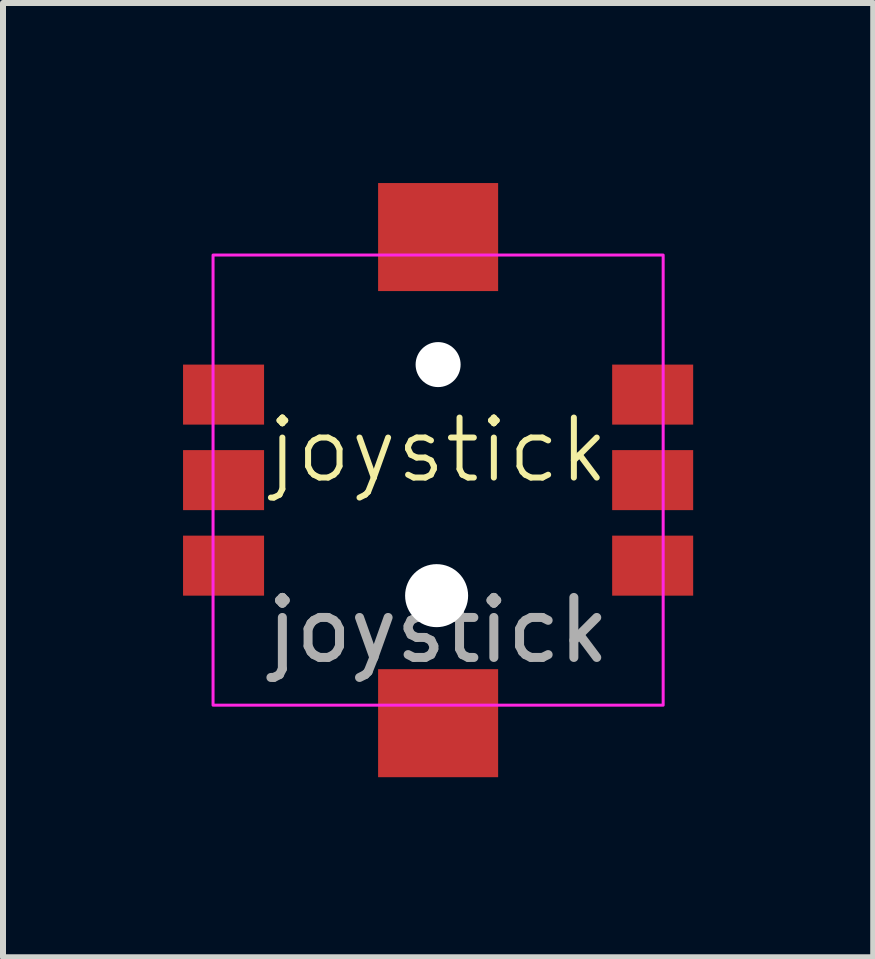
<source format=kicad_pcb>
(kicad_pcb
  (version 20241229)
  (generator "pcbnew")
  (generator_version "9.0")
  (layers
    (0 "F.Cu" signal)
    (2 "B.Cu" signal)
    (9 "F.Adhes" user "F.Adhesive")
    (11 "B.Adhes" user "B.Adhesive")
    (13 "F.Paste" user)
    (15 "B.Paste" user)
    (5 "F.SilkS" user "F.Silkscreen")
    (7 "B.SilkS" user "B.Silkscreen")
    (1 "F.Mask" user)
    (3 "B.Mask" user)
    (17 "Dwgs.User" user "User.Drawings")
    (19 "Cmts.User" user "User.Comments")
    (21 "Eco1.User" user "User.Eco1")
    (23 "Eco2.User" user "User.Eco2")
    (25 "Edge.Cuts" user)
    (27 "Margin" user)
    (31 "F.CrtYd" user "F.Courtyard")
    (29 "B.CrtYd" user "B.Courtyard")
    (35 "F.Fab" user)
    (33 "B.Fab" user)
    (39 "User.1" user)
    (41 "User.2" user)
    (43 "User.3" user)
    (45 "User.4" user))
  (footprint "joystick"
    (layer "F.Cu")
    (at 4.25 4.95)
    (property "Reference" "joystick" (at 0 -0.5 0) (unlocked yes) (layer "F.SilkS") (effects (font (size 1 1) (thickness 0.1))))
    (attr smd)
    (fp_rect (start 3.75 -3.75) (end -3.75 3.75) (stroke (width 0.05) (type default)) (fill no) (layer "F.CrtYd"))
    (fp_text user "${REFERENCE}" (at 0 2.5 0) (unlocked yes) (layer "F.Fab") (effects (font (size 1 1) (thickness 0.15))))
    (pad "" np_thru_hole circle (at -0.025 1.925) (size 1.05 1.05) (drill 1.05) (layers "*.Cu" "*.Mask"))
    (pad "" smd rect (at 0 -4.05) (size 2 1.8) (layers "F.Cu" "F.Mask" "F.Paste"))
    (pad "" np_thru_hole circle (at 0 -1.925) (size 0.75 0.75) (drill 0.75) (layers "*.Cu" "*.Mask"))
    (pad "" smd rect (at 0 4.05) (size 2 1.8) (layers "F.Cu" "F.Mask" "F.Paste"))
    (pad "1" smd rect (at -3.575 -1.425) (size 1.35 1) (layers "F.Cu" "F.Mask" "F.Paste"))
    (pad "2" smd rect (at -3.575 0) (size 1.35 1) (layers "F.Cu" "F.Mask" "F.Paste"))
    (pad "3" smd rect (at -3.575 1.425) (size 1.35 1) (layers "F.Cu" "F.Mask" "F.Paste"))
    (pad "4" smd rect (at 3.575 -1.425) (size 1.35 1) (layers "F.Cu" "F.Mask" "F.Paste"))
    (pad "5" smd rect (at 3.575 0) (size 1.35 1) (layers "F.Cu" "F.Mask" "F.Paste"))
    (pad "6" smd rect (at 3.575 1.425) (size 1.35 1) (layers "F.Cu" "F.Mask" "F.Paste")))
  (gr_rect
    (start -3 -3)
    (end 11.5 12.9)
    (stroke (width 0.1) (type default))
    (fill no)
    (layer "Edge.Cuts")))
</source>
